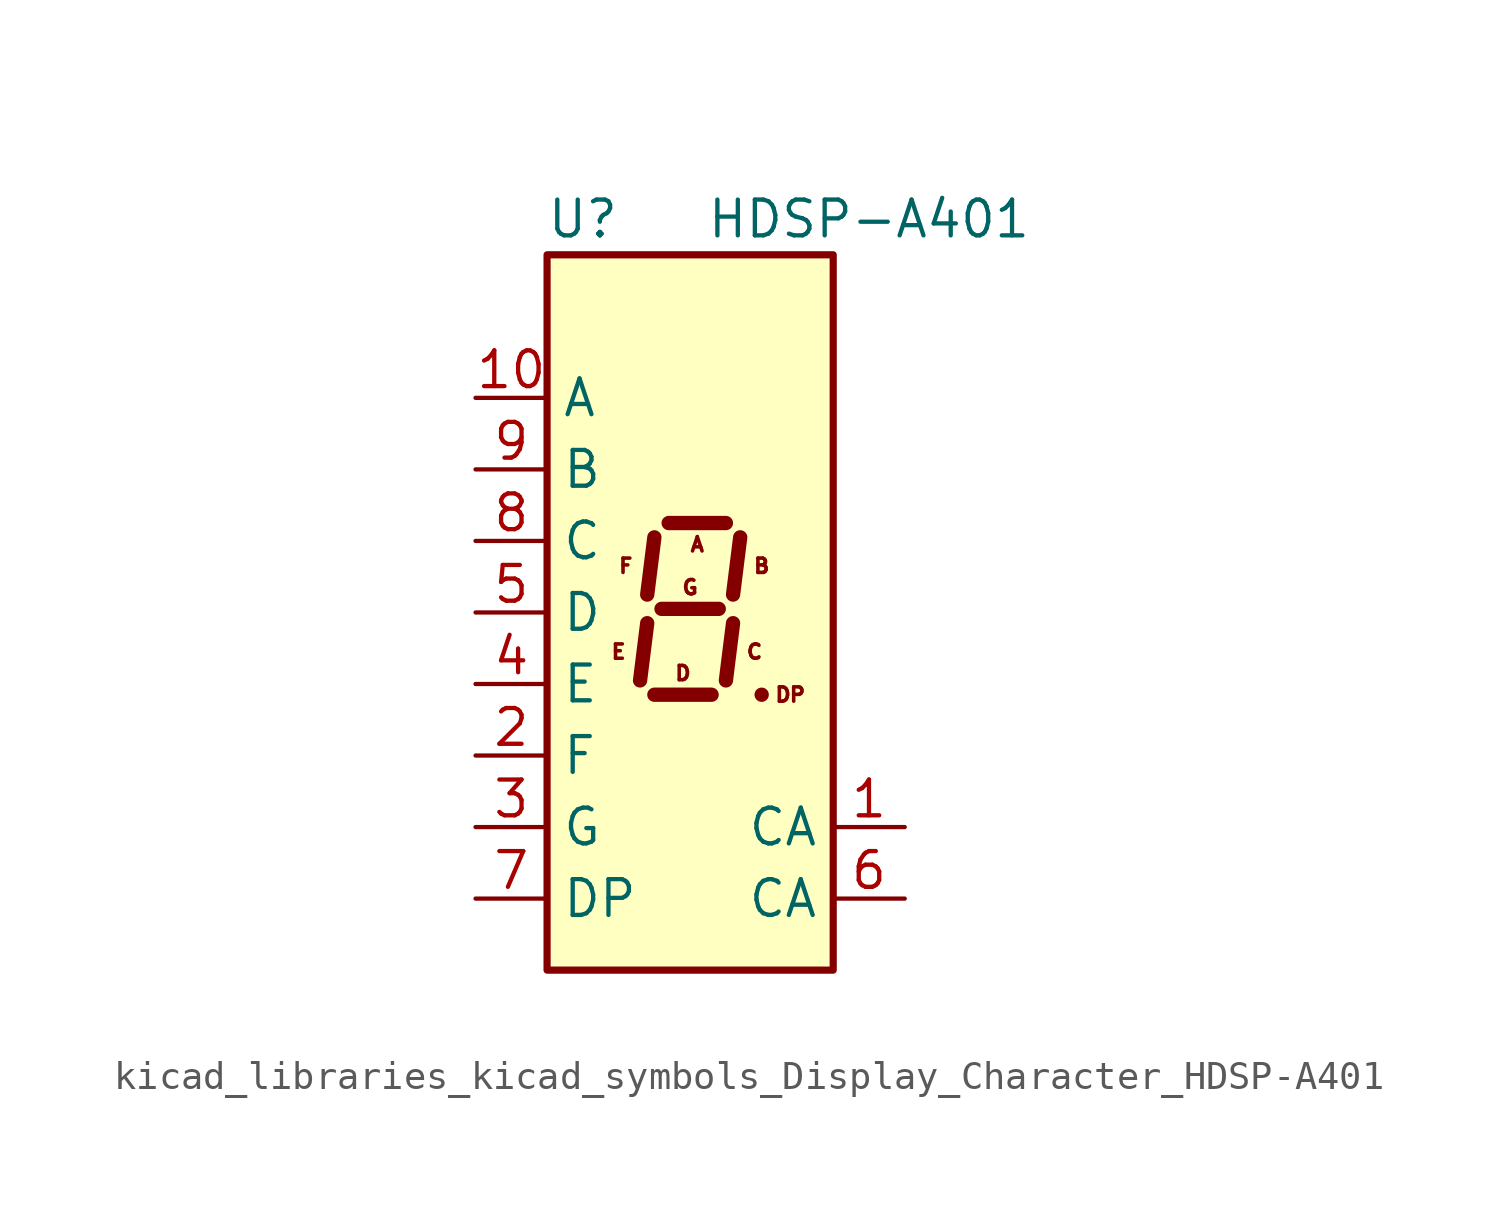
<source format=kicad_sym>
(kicad_symbol_lib
  (version 20220914)
  (generator kicad_symbol_editor)
  (symbol "kicad_libraries_kicad_symbols_Display_Character_HDSP-A401"
    (property "Reference" "U"
      (at -3.81 13.97 0)
      (effects (font (size 1.27 1.27))))
    (property "Value" "HDSP-A401"
      (at 6.35 13.97 0)
      (effects (font (size 1.27 1.27))))
    (symbol "kicad_libraries_kicad_symbols_Display_Character_HDSP-A401_1_0"
      (text "A" (at 0.254 2.413 0) (effects (font (size 0.508 0.508))))
      (text "B" (at 2.54 1.651 0) (effects (font (size 0.508 0.508))))
      (text "C" (at 2.286 -1.397 0) (effects (font (size 0.508 0.508))))
      (text "D" (at -0.254 -2.159 0) (effects (font (size 0.508 0.508))))
      (text "DP" (at 3.556 -2.921 0) (effects (font (size 0.508 0.508))))
      (text "E" (at -2.54 -1.397 0) (effects (font (size 0.508 0.508))))
      (text "F" (at -2.286 1.651 0) (effects (font (size 0.508 0.508))))
      (text "G" (at 0 0.889 0) (effects (font (size 0.508 0.508)))))
    (symbol "kicad_libraries_kicad_symbols_Display_Character_HDSP-A401_1_1"
      (rectangle (start -5.08 12.7) (end 5.08 -12.7) (stroke (width 0.254) (type default)) (fill (type background)))
      (polyline (pts (xy -1.524 -0.381) (xy -1.778 -2.413)) (stroke (width 0.508) (type default)) (fill (type none)))
      (polyline (pts (xy -1.27 -2.921) (xy 0.762 -2.921)) (stroke (width 0.508) (type default)) (fill (type none)))
      (polyline (pts (xy -1.27 2.667) (xy -1.524 0.635)) (stroke (width 0.508) (type default)) (fill (type none)))
      (polyline (pts (xy -1.016 0.127) (xy 1.016 0.127)) (stroke (width 0.508) (type default)) (fill (type none)))
      (polyline (pts (xy -0.762 3.175) (xy 1.27 3.175)) (stroke (width 0.508) (type default)) (fill (type none)))
      (polyline (pts (xy 1.524 -0.381) (xy 1.27 -2.413)) (stroke (width 0.508) (type default)) (fill (type none)))
      (polyline (pts (xy 1.778 2.667) (xy 1.524 0.635)) (stroke (width 0.508) (type default)) (fill (type none)))
      (polyline (pts (xy 2.54 -2.921) (xy 2.54 -2.921)) (stroke (width 0.508) (type default)) (fill (type none)))
      (pin input line (at 7.62 -7.62 180) (length 2.54) (name "CA" (effects (font (size 1.27 1.27)))) (number "1" (effects (font (size 1.27 1.27)))))
      (pin input line (at -7.62 7.62 0) (length 2.54) (name "A" (effects (font (size 1.27 1.27)))) (number "10" (effects (font (size 1.27 1.27)))))
      (pin input line (at -7.62 -5.08 0) (length 2.54) (name "F" (effects (font (size 1.27 1.27)))) (number "2" (effects (font (size 1.27 1.27)))))
      (pin input line (at -7.62 -7.62 0) (length 2.54) (name "G" (effects (font (size 1.27 1.27)))) (number "3" (effects (font (size 1.27 1.27)))))
      (pin input line (at -7.62 -2.54 0) (length 2.54) (name "E" (effects (font (size 1.27 1.27)))) (number "4" (effects (font (size 1.27 1.27)))))
      (pin input line (at -7.62 0 0) (length 2.54) (name "D" (effects (font (size 1.27 1.27)))) (number "5" (effects (font (size 1.27 1.27)))))
      (pin input line (at 7.62 -10.16 180) (length 2.54) (name "CA" (effects (font (size 1.27 1.27)))) (number "6" (effects (font (size 1.27 1.27)))))
      (pin input line (at -7.62 -10.16 0) (length 2.54) (name "DP" (effects (font (size 1.27 1.27)))) (number "7" (effects (font (size 1.27 1.27)))))
      (pin input line (at -7.62 2.54 0) (length 2.54) (name "C" (effects (font (size 1.27 1.27)))) (number "8" (effects (font (size 1.27 1.27)))))
      (pin input line (at -7.62 5.08 0) (length 2.54) (name "B" (effects (font (size 1.27 1.27)))) (number "9" (effects (font (size 1.27 1.27))))))))
</source>
